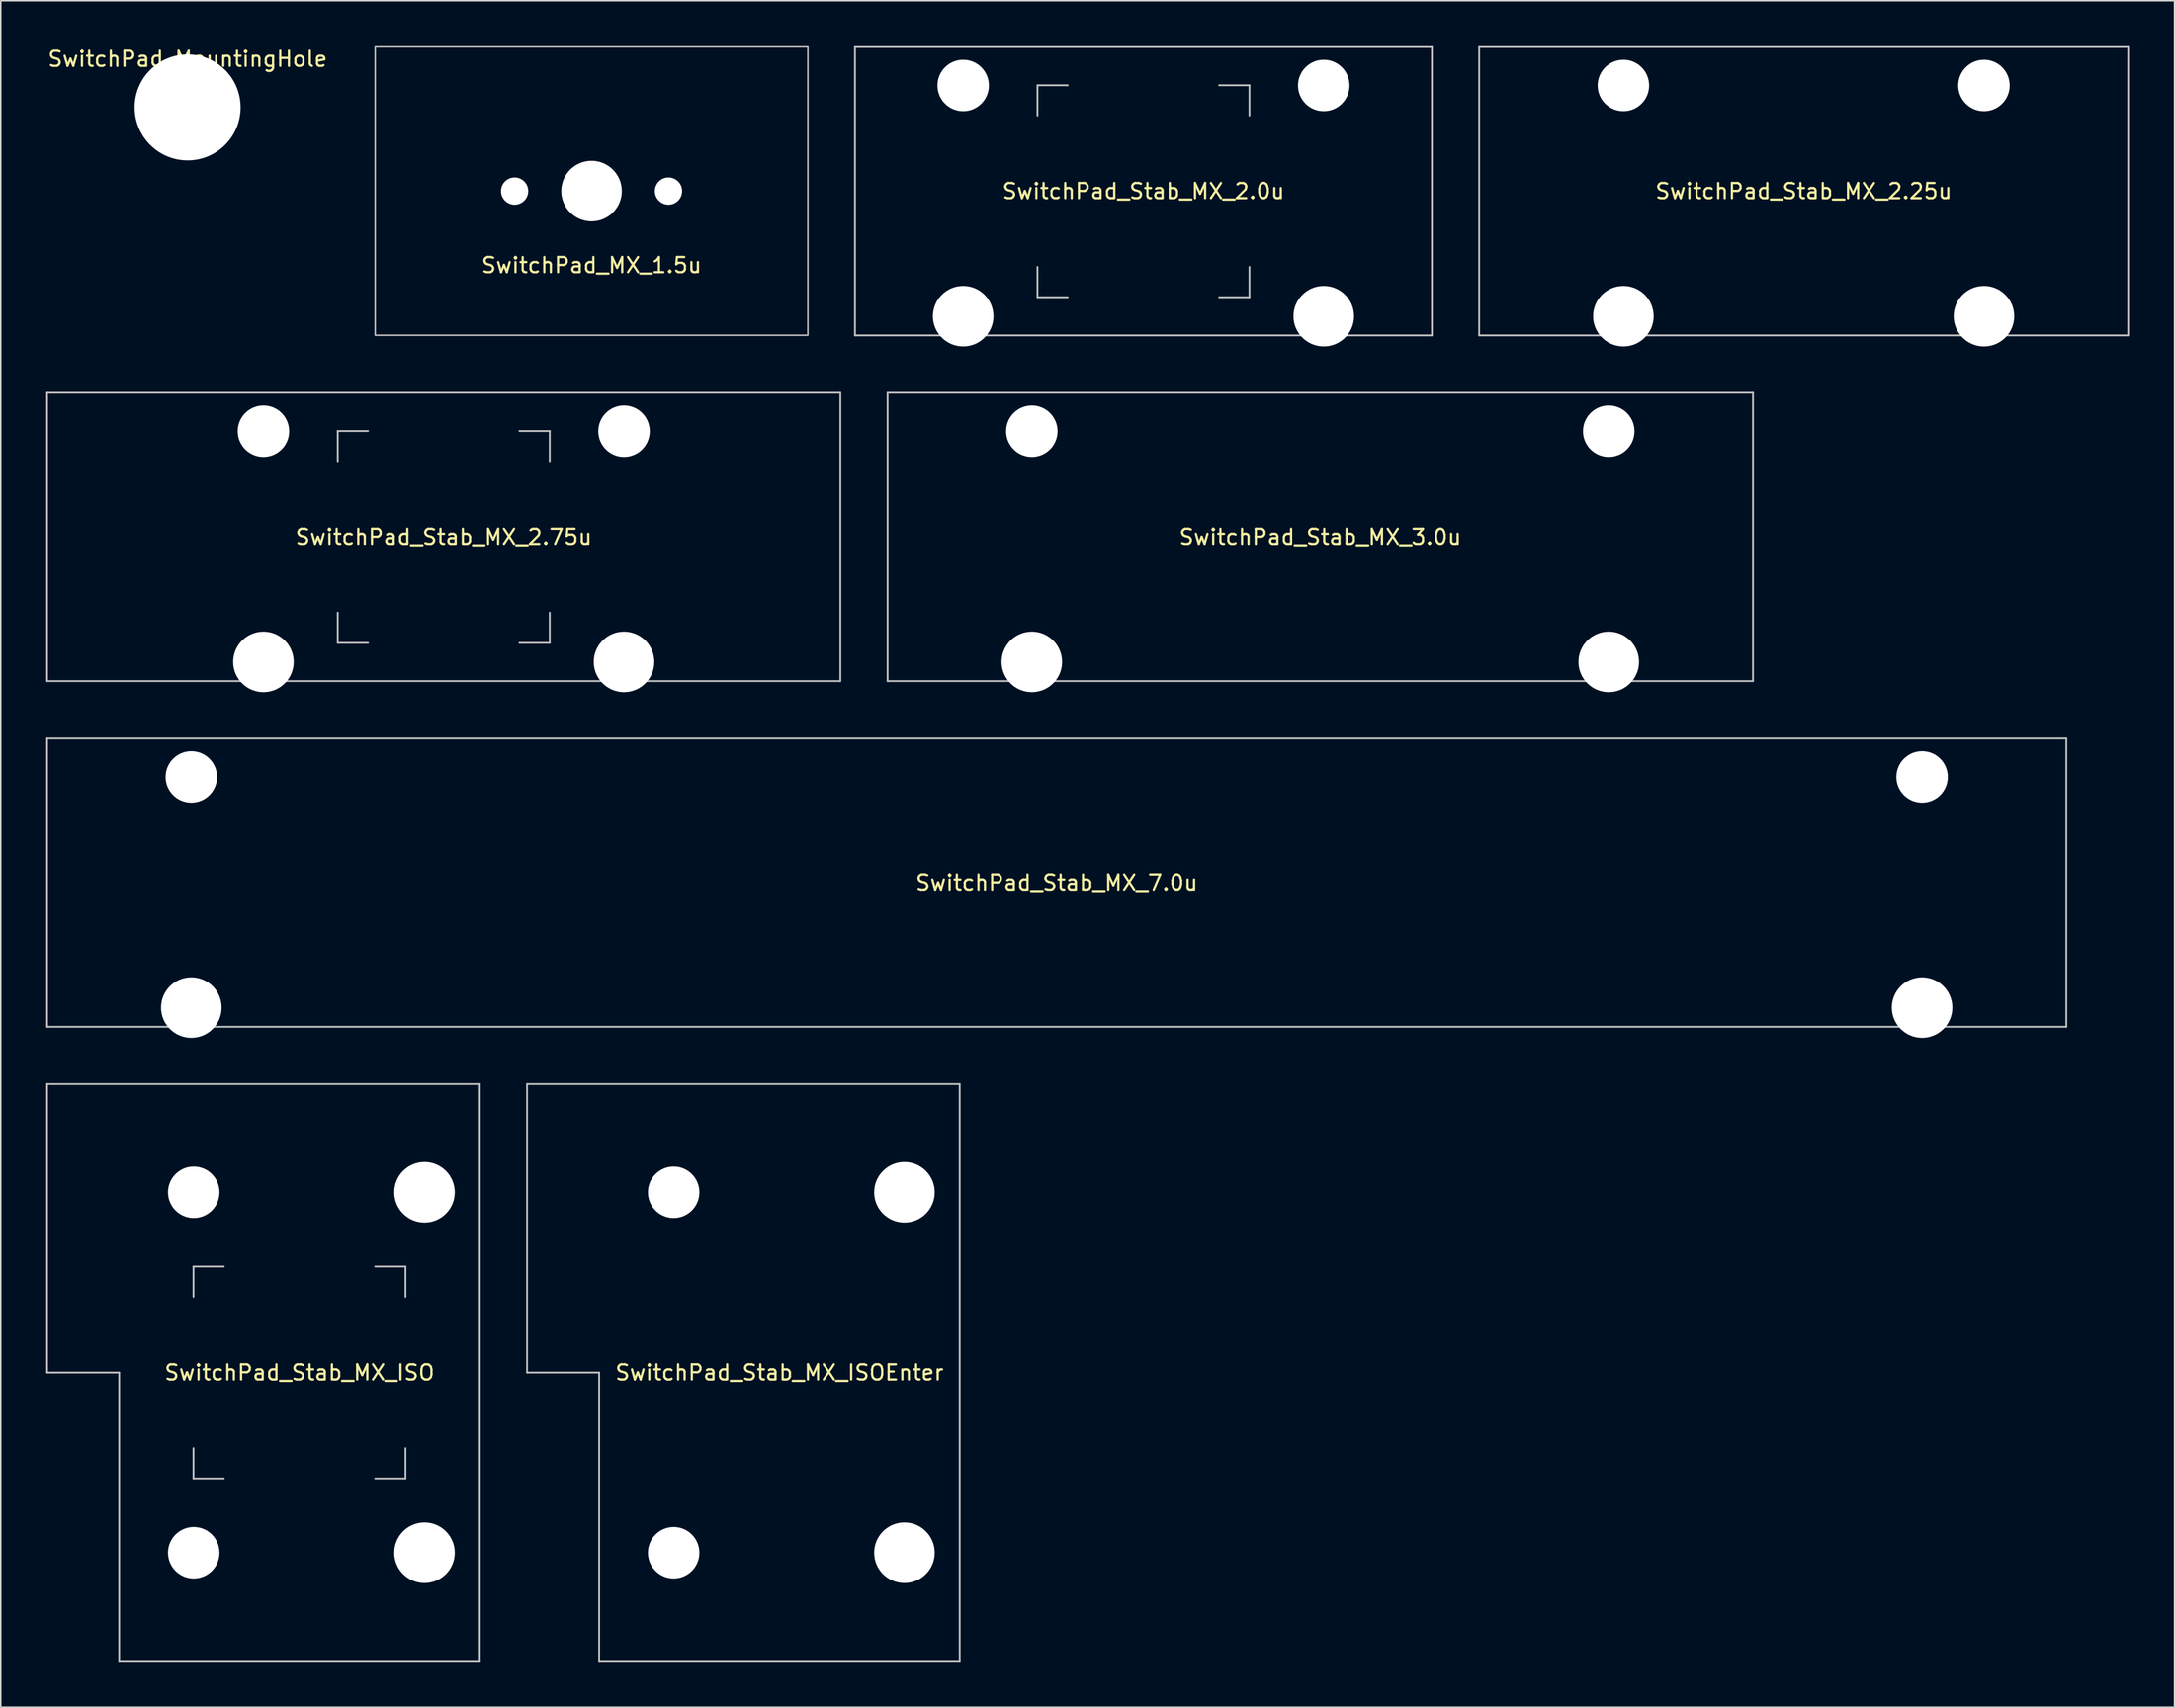
<source format=kicad_pcb>
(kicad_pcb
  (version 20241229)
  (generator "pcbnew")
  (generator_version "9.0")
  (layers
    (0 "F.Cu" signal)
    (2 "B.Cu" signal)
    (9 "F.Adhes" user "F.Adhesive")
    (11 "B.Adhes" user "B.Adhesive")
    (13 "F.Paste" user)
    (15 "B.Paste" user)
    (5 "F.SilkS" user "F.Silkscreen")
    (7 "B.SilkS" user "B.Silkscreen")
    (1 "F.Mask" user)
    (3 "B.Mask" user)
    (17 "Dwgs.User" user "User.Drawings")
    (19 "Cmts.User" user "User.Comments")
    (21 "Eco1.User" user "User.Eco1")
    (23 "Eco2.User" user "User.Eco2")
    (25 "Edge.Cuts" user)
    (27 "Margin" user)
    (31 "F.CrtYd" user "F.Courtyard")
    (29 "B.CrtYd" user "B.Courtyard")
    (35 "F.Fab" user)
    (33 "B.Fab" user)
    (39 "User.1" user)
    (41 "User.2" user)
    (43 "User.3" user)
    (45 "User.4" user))
  (footprint "SwitchPad_Stab_MX_2.25u"
    (layer "F.Cu")
    (at 116.065 9.585)
    (property "Reference" "SwitchPad_Stab_MX_2.25u" (at 0 0 0) (layer "F.SilkS") (effects (font (size 1 1) (thickness 0.15))))
    (attr through_hole exclude_from_pos_files exclude_from_bom)
    (fp_line (start -21.431 -9.525) (end -21.431 9.525) (stroke (width 0.12) (type solid)) (layer "Dwgs.User"))
    (fp_line (start -21.431 -9.525) (end 21.431 -9.525) (stroke (width 0.12) (type solid)) (layer "Dwgs.User"))
    (fp_line (start -21.431 9.525) (end 21.431 9.525) (stroke (width 0.12) (type solid)) (layer "Dwgs.User"))
    (fp_line (start 21.431 -9.525) (end 21.431 9.525) (stroke (width 0.12) (type solid)) (layer "Dwgs.User"))
    (pad "" np_thru_hole circle (at -11.906 -6.985) (size 3.4 3.4) (drill 3.4) (layers "*.Cu" "*.Mask"))
    (pad "" np_thru_hole circle (at -11.906 8.255) (size 4 4) (drill 4) (layers "*.Cu" "*.Mask"))
    (pad "" np_thru_hole circle (at 11.906 -6.985) (size 3.4 3.4) (drill 3.4) (layers "*.Cu" "*.Mask"))
    (pad "" np_thru_hole circle (at 11.906 8.255) (size 4 4) (drill 4) (layers "*.Cu" "*.Mask")))
  (footprint "SwitchPad_MountingHole"
    (layer "F.Cu")
    (at 9.339 4.048)
    (property "Reference" "SwitchPad_MountingHole" (at 0 -3.2 0) (layer "F.SilkS") (effects (font (size 1 1) (thickness 0.15))))
    (attr exclude_from_pos_files exclude_from_bom)
    (pad "" np_thru_hole circle (at 0 0) (size 7 7) (drill 7) (layers "*.Cu" "*.Mask")))
  (footprint "SwitchPad_Stab_MX_7.0u"
    (layer "F.Cu")
    (at 66.735 55.265)
    (property "Reference" "SwitchPad_Stab_MX_7.0u" (at 0 0 0) (layer "F.SilkS") (effects (font (size 1 1) (thickness 0.15))))
    (attr through_hole exclude_from_pos_files exclude_from_bom)
    (fp_line (start -66.675 -9.525) (end -66.675 9.525) (stroke (width 0.12) (type solid)) (layer "Dwgs.User"))
    (fp_line (start -66.675 -9.525) (end 66.675 -9.525) (stroke (width 0.12) (type solid)) (layer "Dwgs.User"))
    (fp_line (start -66.675 9.525) (end 66.675 9.525) (stroke (width 0.12) (type solid)) (layer "Dwgs.User"))
    (fp_line (start 66.675 -9.525) (end 66.675 9.525) (stroke (width 0.12) (type solid)) (layer "Dwgs.User"))
    (pad "" np_thru_hole circle (at -57.15 -6.985) (size 3.4 3.4) (drill 3.4) (layers "*.Cu" "*.Mask"))
    (pad "" np_thru_hole circle (at -57.15 8.255) (size 4 4) (drill 4) (layers "*.Cu" "*.Mask"))
    (pad "" np_thru_hole circle (at 57.15 -6.985) (size 3.4 3.4) (drill 3.4) (layers "*.Cu" "*.Mask"))
    (pad "" np_thru_hole circle (at 57.15 8.255) (size 4 4) (drill 4) (layers "*.Cu" "*.Mask")))
  (footprint "SwitchPad_Stab_MX_2.0u"
    (layer "F.Cu")
    (at 72.464 9.585)
    (property "Reference" "SwitchPad_Stab_MX_2.0u" (at 0 0 0) (layer "F.SilkS") (effects (font (size 1 1) (thickness 0.15))))
    (attr through_hole exclude_from_pos_files exclude_from_bom)
    (fp_line (start -19.05 -9.525) (end -19.05 9.525) (stroke (width 0.12) (type solid)) (layer "Dwgs.User"))
    (fp_line (start -19.05 -9.525) (end 19.05 -9.525) (stroke (width 0.12) (type solid)) (layer "Dwgs.User"))
    (fp_line (start -19.05 9.525) (end 19.05 9.525) (stroke (width 0.12) (type solid)) (layer "Dwgs.User"))
    (fp_line (start -7 -7) (end -5 -7) (stroke (width 0.12) (type solid)) (layer "Dwgs.User"))
    (fp_line (start -7 -5) (end -7 -7) (stroke (width 0.12) (type solid)) (layer "Dwgs.User"))
    (fp_line (start -7 7) (end -7 5) (stroke (width 0.12) (type solid)) (layer "Dwgs.User"))
    (fp_line (start -5 7) (end -7 7) (stroke (width 0.12) (type solid)) (layer "Dwgs.User"))
    (fp_line (start 5 -7) (end 7 -7) (stroke (width 0.12) (type solid)) (layer "Dwgs.User"))
    (fp_line (start 5 7) (end 7 7) (stroke (width 0.12) (type solid)) (layer "Dwgs.User"))
    (fp_line (start 7 -7) (end 7 -5) (stroke (width 0.12) (type solid)) (layer "Dwgs.User"))
    (fp_line (start 7 7) (end 7 5) (stroke (width 0.12) (type solid)) (layer "Dwgs.User"))
    (fp_line (start 19.05 -9.525) (end 19.05 9.525) (stroke (width 0.12) (type solid)) (layer "Dwgs.User"))
    (pad "" np_thru_hole circle (at -11.906 -6.985) (size 3.4 3.4) (drill 3.4) (layers "*.Cu" "*.Mask"))
    (pad "" np_thru_hole circle (at -11.906 8.255) (size 4 4) (drill 4) (layers "*.Cu" "*.Mask"))
    (pad "" np_thru_hole circle (at 11.906 -6.985) (size 3.4 3.4) (drill 3.4) (layers "*.Cu" "*.Mask"))
    (pad "" np_thru_hole circle (at 11.906 8.255) (size 4 4) (drill 4) (layers "*.Cu" "*.Mask")))
  (footprint "SwitchPad_Stab_MX_3.0u"
    (layer "F.Cu")
    (at 84.142 32.425)
    (property "Reference" "SwitchPad_Stab_MX_3.0u" (at 0 0 0) (layer "F.SilkS") (effects (font (size 1 1) (thickness 0.15))))
    (attr through_hole exclude_from_pos_files exclude_from_bom)
    (fp_line (start -28.575 -9.525) (end -28.575 9.525) (stroke (width 0.12) (type solid)) (layer "Dwgs.User"))
    (fp_line (start -28.575 -9.525) (end 28.575 -9.525) (stroke (width 0.12) (type solid)) (layer "Dwgs.User"))
    (fp_line (start -28.575 9.525) (end 28.575 9.525) (stroke (width 0.12) (type solid)) (layer "Dwgs.User"))
    (fp_line (start 28.575 -9.525) (end 28.575 9.525) (stroke (width 0.12) (type solid)) (layer "Dwgs.User"))
    (pad "" np_thru_hole circle (at -19.05 -6.985) (size 3.4 3.4) (drill 3.4) (layers "*.Cu" "*.Mask"))
    (pad "" np_thru_hole circle (at -19.05 8.255) (size 4 4) (drill 4) (layers "*.Cu" "*.Mask"))
    (pad "" np_thru_hole circle (at 19.05 -6.985) (size 3.4 3.4) (drill 3.4) (layers "*.Cu" "*.Mask"))
    (pad "" np_thru_hole circle (at 19.05 8.255) (size 4 4) (drill 4) (layers "*.Cu" "*.Mask")))
  (footprint "SwitchPad_Stab_MX_ISOEnter"
    (layer "F.Cu")
    (at 48.424 87.63)
    (property "Reference" "SwitchPad_Stab_MX_ISOEnter" (at 0 0 180) (layer "F.SilkS") (effects (font (size 1 1) (thickness 0.15))))
    (attr through_hole exclude_from_pos_files exclude_from_bom)
    (fp_line (start -16.669 -19.05) (end -16.669 0) (stroke (width 0.12) (type solid)) (layer "Dwgs.User"))
    (fp_line (start -16.669 0) (end -11.906 0) (stroke (width 0.12) (type solid)) (layer "Dwgs.User"))
    (fp_line (start -11.906 0) (end -11.906 19.05) (stroke (width 0.12) (type solid)) (layer "Dwgs.User"))
    (fp_line (start -11.906 19.05) (end 11.906 19.05) (stroke (width 0.12) (type solid)) (layer "Dwgs.User"))
    (fp_line (start 11.906 -19.05) (end -16.669 -19.05) (stroke (width 0.12) (type solid)) (layer "Dwgs.User"))
    (fp_line (start 11.906 19.05) (end 11.906 -19.05) (stroke (width 0.12) (type solid)) (layer "Dwgs.User"))
    (pad "" np_thru_hole circle (at -6.985 -11.906 90) (size 3.4 3.4) (drill 3.4) (layers "*.Cu" "*.Mask"))
    (pad "" np_thru_hole circle (at -6.985 11.906 90) (size 3.4 3.4) (drill 3.4) (layers "*.Cu" "*.Mask"))
    (pad "" np_thru_hole circle (at 8.255 -11.906 90) (size 4 4) (drill 4) (layers "*.Cu" "*.Mask"))
    (pad "" np_thru_hole circle (at 8.255 11.906 90) (size 4 4) (drill 4) (layers "*.Cu" "*.Mask")))
  (footprint "SwitchPad_Stab_MX_ISO"
    (layer "F.Cu")
    (at 16.729 87.63)
    (property "Reference" "SwitchPad_Stab_MX_ISO" (at 0 0 180) (layer "F.SilkS") (effects (font (size 1 1) (thickness 0.15))))
    (attr through_hole exclude_from_pos_files exclude_from_bom)
    (fp_line (start -16.669 -19.05) (end -16.669 0) (stroke (width 0.12) (type solid)) (layer "Dwgs.User"))
    (fp_line (start -16.669 0) (end -11.906 0) (stroke (width 0.12) (type solid)) (layer "Dwgs.User"))
    (fp_line (start -11.906 0) (end -11.906 19.05) (stroke (width 0.12) (type solid)) (layer "Dwgs.User"))
    (fp_line (start -11.906 19.05) (end 11.906 19.05) (stroke (width 0.12) (type solid)) (layer "Dwgs.User"))
    (fp_line (start -7 -7) (end -5 -7) (stroke (width 0.12) (type solid)) (layer "Dwgs.User"))
    (fp_line (start -7 -5) (end -7 -7) (stroke (width 0.12) (type solid)) (layer "Dwgs.User"))
    (fp_line (start -7 7) (end -7 5) (stroke (width 0.12) (type solid)) (layer "Dwgs.User"))
    (fp_line (start -5 7) (end -7 7) (stroke (width 0.12) (type solid)) (layer "Dwgs.User"))
    (fp_line (start 7 -7) (end 5 -7) (stroke (width 0.12) (type solid)) (layer "Dwgs.User"))
    (fp_line (start 7 -5) (end 7 -7) (stroke (width 0.12) (type solid)) (layer "Dwgs.User"))
    (fp_line (start 7 5) (end 7 7) (stroke (width 0.12) (type solid)) (layer "Dwgs.User"))
    (fp_line (start 7 7) (end 5 7) (stroke (width 0.12) (type solid)) (layer "Dwgs.User"))
    (fp_line (start 11.906 -19.05) (end -16.669 -19.05) (stroke (width 0.12) (type solid)) (layer "Dwgs.User"))
    (fp_line (start 11.906 19.05) (end 11.906 -19.05) (stroke (width 0.12) (type solid)) (layer "Dwgs.User"))
    (pad "" np_thru_hole circle (at -6.985 -11.906 90) (size 3.4 3.4) (drill 3.4) (layers "*.Cu" "*.Mask"))
    (pad "" np_thru_hole circle (at -6.985 11.906 90) (size 3.4 3.4) (drill 3.4) (layers "*.Cu" "*.Mask"))
    (pad "" np_thru_hole circle (at 8.255 -11.906 90) (size 4 4) (drill 4) (layers "*.Cu" "*.Mask"))
    (pad "" np_thru_hole circle (at 8.255 11.906 90) (size 4 4) (drill 4) (layers "*.Cu" "*.Mask")))
  (footprint "SwitchPad_MX_1.5u"
    (layer "F.Cu")
    (at 36.016 9.575)
    (property "Reference" "SwitchPad_MX_1.5u" (at 0 4.9 0) (layer "F.SilkS") (effects (font (size 1 1) (thickness 0.15))))
    (attr smd)
    (fp_rect (start -14.287 -9.525) (end 14.287 9.525) (stroke (width 0.1) (type default)) (fill no) (layer "Dwgs.User"))
    (pad "" np_thru_hole circle (at -5.08 0) (size 1.8 1.8) (drill 1.8) (layers "*.Cu" "*.Mask"))
    (pad "" np_thru_hole circle (at 0 0) (size 4 4) (drill 4) (layers "*.Cu" "*.Mask"))
    (pad "" np_thru_hole circle (at 5.08 0) (size 1.8 1.8) (drill 1.8) (layers "*.Cu" "*.Mask")))
  (footprint "SwitchPad_Stab_MX_2.75u"
    (layer "F.Cu")
    (at 26.254 32.425)
    (property "Reference" "SwitchPad_Stab_MX_2.75u" (at 0 0 0) (layer "F.SilkS") (effects (font (size 1 1) (thickness 0.15))))
    (attr through_hole exclude_from_pos_files exclude_from_bom)
    (fp_line (start -26.194 -9.525) (end -26.194 9.525) (stroke (width 0.12) (type solid)) (layer "Dwgs.User"))
    (fp_line (start -26.194 -9.525) (end 26.194 -9.525) (stroke (width 0.12) (type solid)) (layer "Dwgs.User"))
    (fp_line (start -26.194 9.525) (end 26.194 9.525) (stroke (width 0.12) (type solid)) (layer "Dwgs.User"))
    (fp_line (start -7 -7) (end -5 -7) (stroke (width 0.12) (type solid)) (layer "Dwgs.User"))
    (fp_line (start -7 -5) (end -7 -7) (stroke (width 0.12) (type solid)) (layer "Dwgs.User"))
    (fp_line (start -7 7) (end -7 5) (stroke (width 0.12) (type solid)) (layer "Dwgs.User"))
    (fp_line (start -5 7) (end -7 7) (stroke (width 0.12) (type solid)) (layer "Dwgs.User"))
    (fp_line (start 5 -7) (end 7 -7) (stroke (width 0.12) (type solid)) (layer "Dwgs.User"))
    (fp_line (start 5 7) (end 7 7) (stroke (width 0.12) (type solid)) (layer "Dwgs.User"))
    (fp_line (start 7 -7) (end 7 -5) (stroke (width 0.12) (type solid)) (layer "Dwgs.User"))
    (fp_line (start 7 7) (end 7 5) (stroke (width 0.12) (type solid)) (layer "Dwgs.User"))
    (fp_line (start 26.194 -9.525) (end 26.194 9.525) (stroke (width 0.12) (type solid)) (layer "Dwgs.User"))
    (pad "" np_thru_hole circle (at -11.906 -6.985) (size 3.4 3.4) (drill 3.4) (layers "*.Cu" "*.Mask"))
    (pad "" np_thru_hole circle (at -11.906 8.255) (size 4 4) (drill 4) (layers "*.Cu" "*.Mask"))
    (pad "" np_thru_hole circle (at 11.906 -6.985) (size 3.4 3.4) (drill 3.4) (layers "*.Cu" "*.Mask"))
    (pad "" np_thru_hole circle (at 11.906 8.255) (size 4 4) (drill 4) (layers "*.Cu" "*.Mask")))
  (gr_rect
    (start -3 -3)
    (end 140.556 109.74)
    (stroke (width 0.1) (type default))
    (fill no)
    (layer "Edge.Cuts")))
</source>
